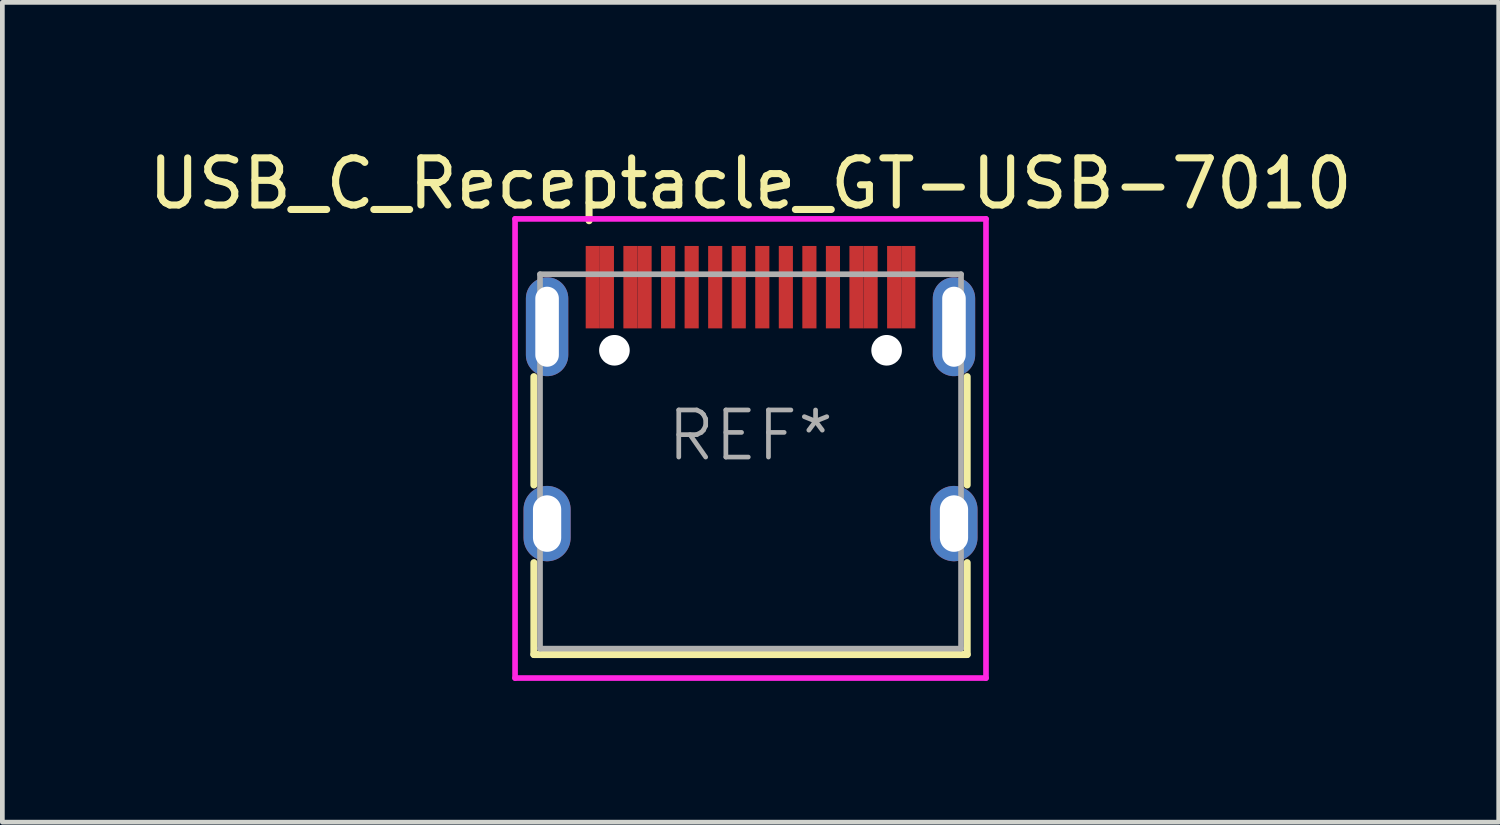
<source format=kicad_pcb>
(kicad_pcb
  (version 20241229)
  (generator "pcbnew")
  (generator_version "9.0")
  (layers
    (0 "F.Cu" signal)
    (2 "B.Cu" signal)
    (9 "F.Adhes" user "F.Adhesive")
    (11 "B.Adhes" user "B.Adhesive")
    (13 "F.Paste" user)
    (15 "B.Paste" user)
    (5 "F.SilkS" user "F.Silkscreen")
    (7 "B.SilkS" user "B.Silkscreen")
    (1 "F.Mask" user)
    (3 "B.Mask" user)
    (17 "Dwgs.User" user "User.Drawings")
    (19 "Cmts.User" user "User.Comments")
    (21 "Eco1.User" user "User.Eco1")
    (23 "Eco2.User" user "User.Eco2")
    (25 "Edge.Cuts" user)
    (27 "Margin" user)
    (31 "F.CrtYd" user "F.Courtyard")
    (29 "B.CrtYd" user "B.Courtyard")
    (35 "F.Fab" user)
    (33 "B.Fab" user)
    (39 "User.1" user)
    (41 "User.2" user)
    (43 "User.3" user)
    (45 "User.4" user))
  (footprint "USB_C_Receptacle_GT-USB-7010"
    (layer "F.Cu")
    (at 12.887 6.198)
    (property "Reference" "USB_C_Receptacle_GT-USB-7010" (at 0 -5.35 0) (layer "F.SilkS") (effects (font (size 1 1) (thickness 0.15))))
    (attr through_hole)
    (fp_line (start -4.6 1.05) (end -4.6 -1.25) (stroke (width 0.15) (type solid)) (layer "F.SilkS"))
    (fp_line (start -4.6 4.65) (end -4.6 2.7) (stroke (width 0.15) (type solid)) (layer "F.SilkS"))
    (fp_line (start 4.6 1.05) (end 4.6 -1.25) (stroke (width 0.15) (type solid)) (layer "F.SilkS"))
    (fp_line (start 4.6 4.65) (end -4.6 4.65) (stroke (width 0.15) (type solid)) (layer "F.SilkS"))
    (fp_line (start 4.6 4.65) (end 4.6 2.7) (stroke (width 0.15) (type solid)) (layer "F.SilkS"))
    (fp_line (start -5 -4.6) (end -5 5.15) (stroke (width 0.12) (type solid)) (layer "F.CrtYd"))
    (fp_line (start -5 -4.6) (end 5 -4.6) (stroke (width 0.12) (type solid)) (layer "F.CrtYd"))
    (fp_line (start -5 5.15) (end 5 5.15) (stroke (width 0.12) (type solid)) (layer "F.CrtYd"))
    (fp_line (start 5 -4.6) (end 5 5.15) (stroke (width 0.12) (type solid)) (layer "F.CrtYd"))
    (fp_line (start -4.47 -3.425) (end -4.47 4.525) (stroke (width 0.12) (type solid)) (layer "F.Fab"))
    (fp_line (start -4.47 -3.425) (end 4.47 -3.425) (stroke (width 0.12) (type solid)) (layer "F.Fab"))
    (fp_line (start 4.47 -3.425) (end 4.47 4.525) (stroke (width 0.12) (type solid)) (layer "F.Fab"))
    (fp_line (start 4.47 4.525) (end -4.47 4.525) (stroke (width 0.12) (type solid)) (layer "F.Fab"))
    (fp_text user "REF*" (at 0 0 0) (layer "F.Fab") (effects (font (size 1 1) (thickness 0.1))))
    (pad "" np_thru_hole circle (at -2.89 -1.81) (size 0.65 0.65) (drill 0.65) (layers "*.Cu" "*.Mask"))
    (pad "" np_thru_hole circle (at 2.89 -1.81) (size 0.65 0.65) (drill 0.65) (layers "*.Cu" "*.Mask"))
    (pad "A1" smd rect (at -3.35 -3.15) (size 0.3 1.75) (layers "F.Cu" "F.Mask" "F.Paste"))
    (pad "A4" smd rect (at -2.55 -3.15) (size 0.3 1.75) (layers "F.Cu" "F.Mask" "F.Paste"))
    (pad "A5" smd rect (at -1.25 -3.15) (size 0.3 1.75) (layers "F.Cu" "F.Mask" "F.Paste"))
    (pad "A6" smd rect (at -0.25 -3.15) (size 0.3 1.75) (layers "F.Cu" "F.Mask" "F.Paste"))
    (pad "A7" smd rect (at 0.25 -3.15) (size 0.3 1.75) (layers "F.Cu" "F.Mask" "F.Paste"))
    (pad "A8" smd rect (at 1.25 -3.15) (size 0.3 1.75) (layers "F.Cu" "F.Mask" "F.Paste"))
    (pad "A9" smd rect (at 2.55 -3.15) (size 0.3 1.75) (layers "F.Cu" "F.Mask" "F.Paste"))
    (pad "A12" smd rect (at 3.35 -3.15) (size 0.3 1.75) (layers "F.Cu" "F.Mask" "F.Paste"))
    (pad "B1" smd rect (at 3.05 -3.15) (size 0.3 1.75) (layers "F.Cu" "F.Mask" "F.Paste"))
    (pad "B4" smd rect (at 2.25 -3.15) (size 0.3 1.75) (layers "F.Cu" "F.Mask" "F.Paste"))
    (pad "B5" smd rect (at 1.75 -3.15) (size 0.3 1.75) (layers "F.Cu" "F.Mask" "F.Paste"))
    (pad "B6" smd rect (at 0.75 -3.15) (size 0.3 1.75) (layers "F.Cu" "F.Mask" "F.Paste"))
    (pad "B7" smd rect (at -0.75 -3.15) (size 0.3 1.75) (layers "F.Cu" "F.Mask" "F.Paste"))
    (pad "B8" smd rect (at -1.75 -3.15) (size 0.3 1.75) (layers "F.Cu" "F.Mask" "F.Paste"))
    (pad "B9" smd rect (at -2.25 -3.15) (size 0.3 1.75) (layers "F.Cu" "F.Mask" "F.Paste"))
    (pad "B12" smd rect (at -3.05 -3.15) (size 0.3 1.75) (layers "F.Cu" "F.Mask" "F.Paste"))
    (pad "S1" thru_hole oval (at -4.32 -2.31) (size 0.9 2.1) (drill oval 0.5 1.7) (layers "*.Cu" "*.Mask"))
    (pad "S1" thru_hole oval (at -4.32 1.87) (size 1 1.6) (drill oval 0.6 1.2) (layers "*.Cu" "*.Mask"))
    (pad "S1" thru_hole oval (at 4.32 -2.31) (size 0.9 2.1) (drill oval 0.5 1.7) (layers "*.Cu" "*.Mask"))
    (pad "S1" thru_hole oval (at 4.32 1.87) (size 1 1.6) (drill oval 0.6 1.2) (layers "*.Cu" "*.Mask")))
  (gr_rect
    (start -3 -3)
    (end 28.774 14.408)
    (stroke (width 0.1) (type default))
    (fill no)
    (layer "Edge.Cuts")))
</source>
